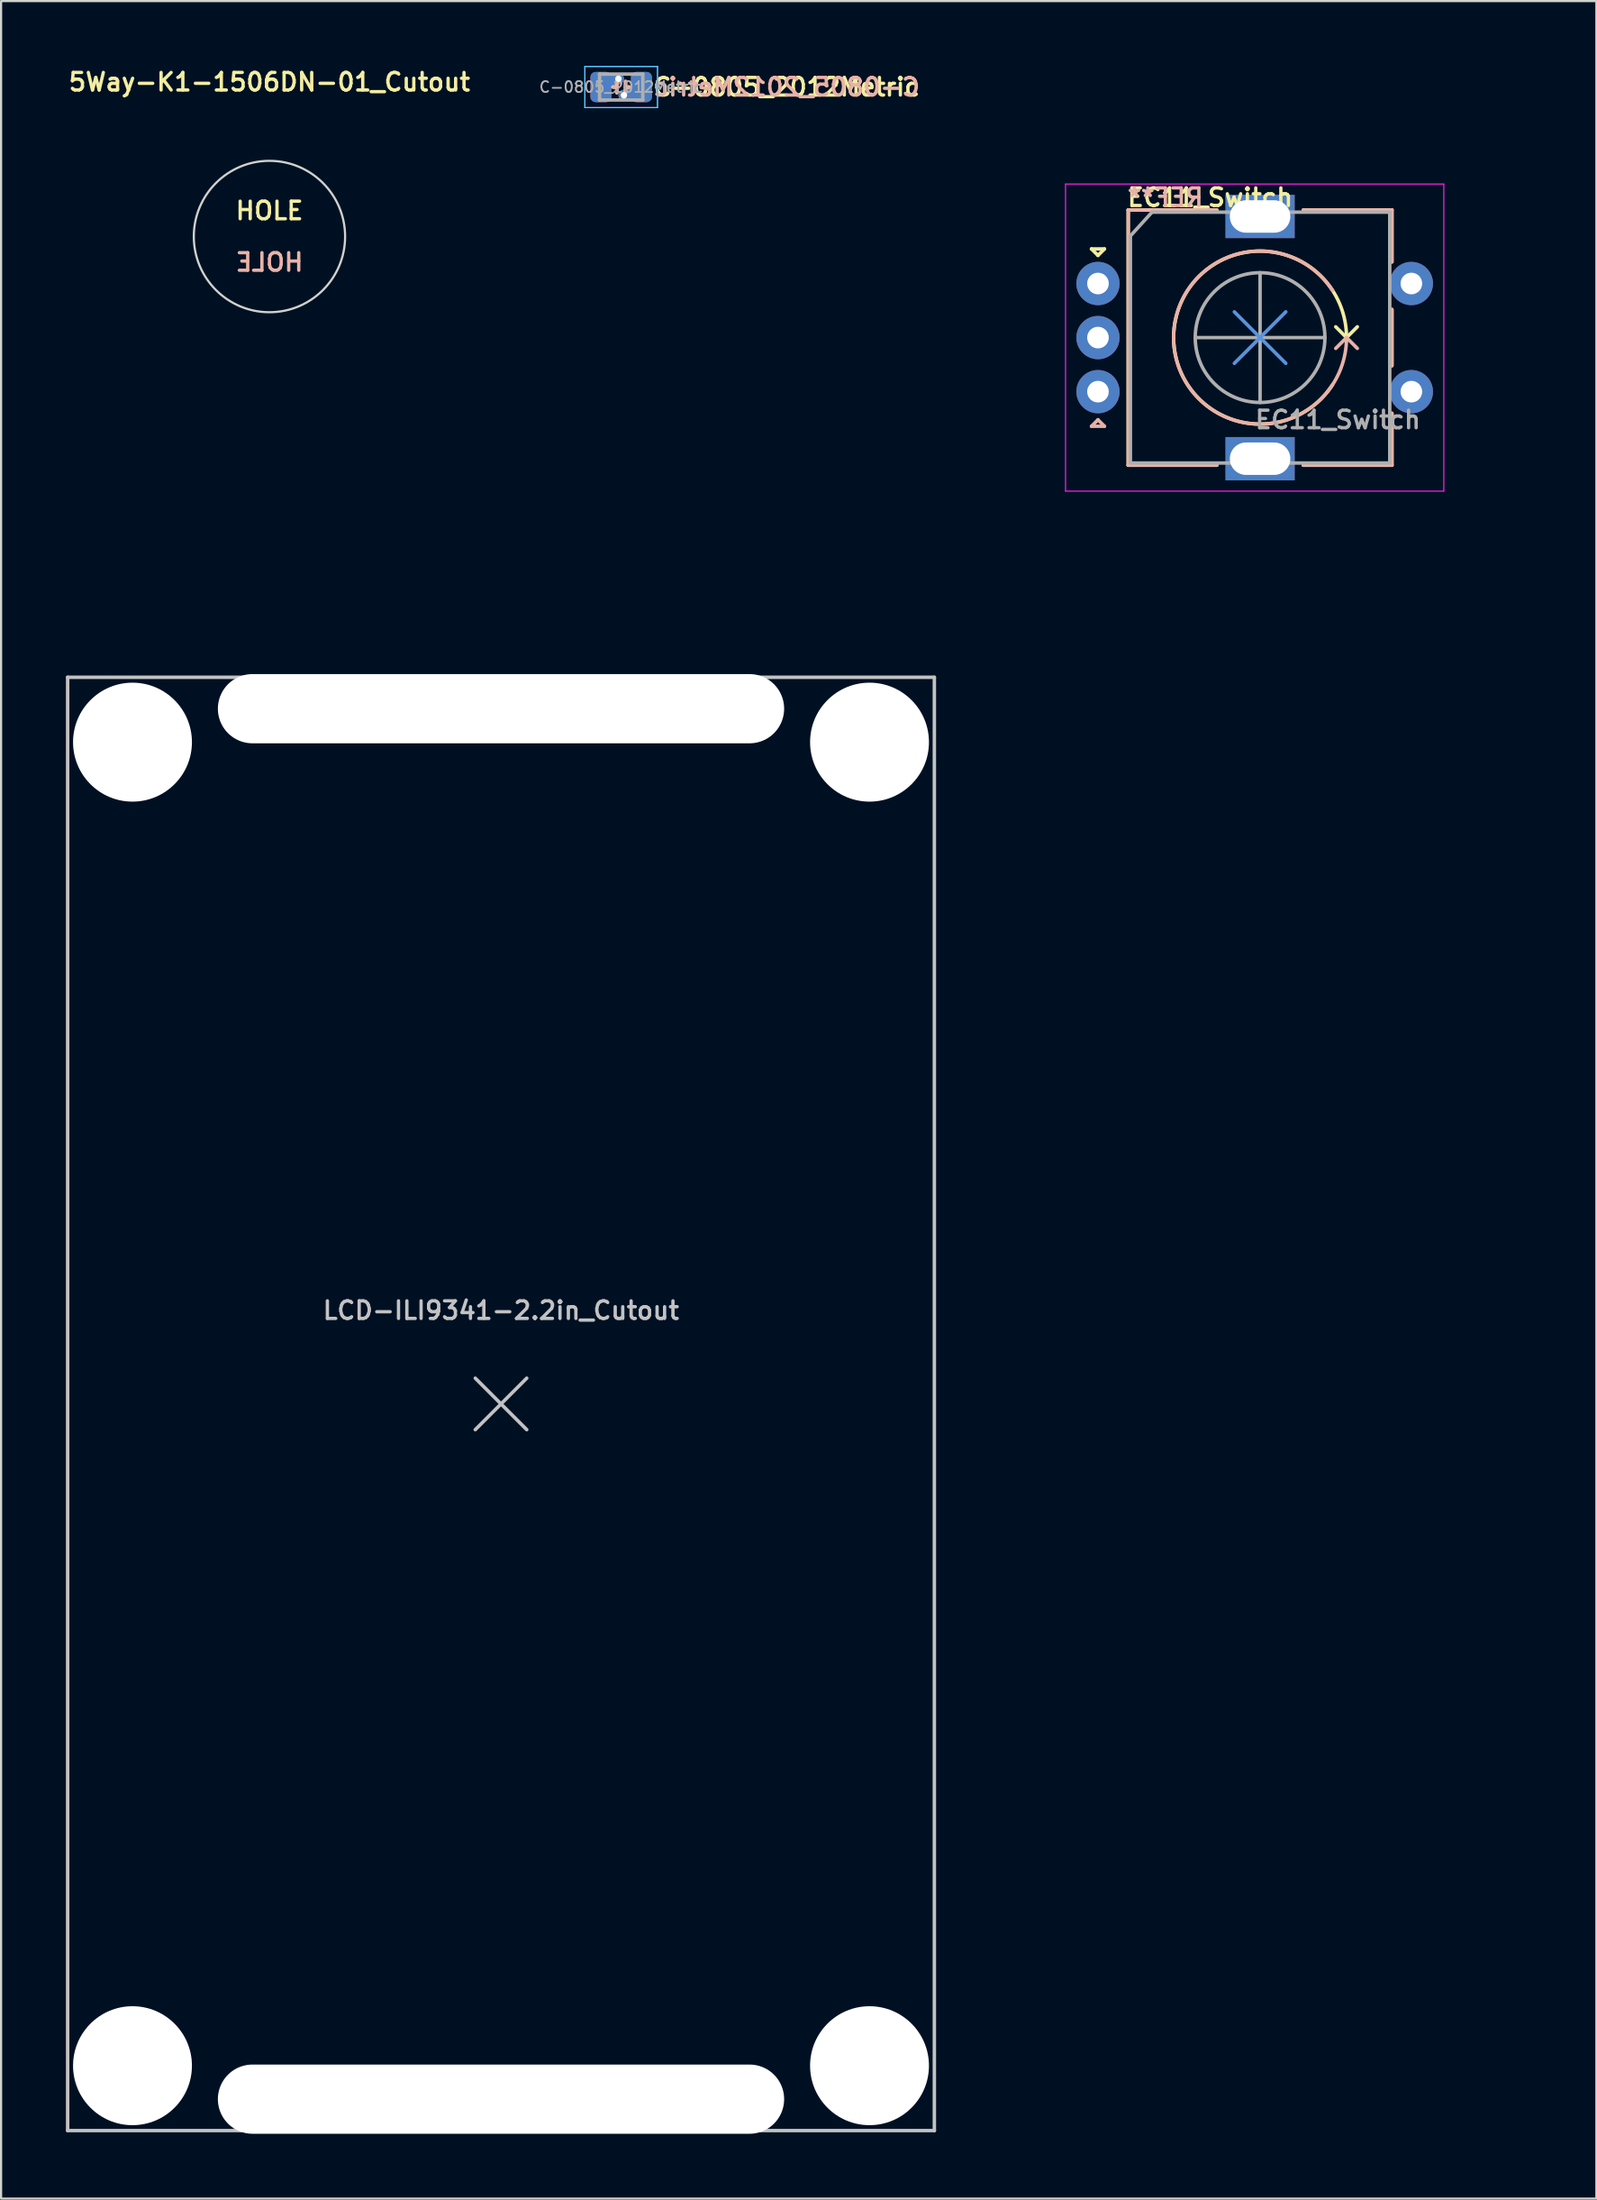
<source format=kicad_pcb>
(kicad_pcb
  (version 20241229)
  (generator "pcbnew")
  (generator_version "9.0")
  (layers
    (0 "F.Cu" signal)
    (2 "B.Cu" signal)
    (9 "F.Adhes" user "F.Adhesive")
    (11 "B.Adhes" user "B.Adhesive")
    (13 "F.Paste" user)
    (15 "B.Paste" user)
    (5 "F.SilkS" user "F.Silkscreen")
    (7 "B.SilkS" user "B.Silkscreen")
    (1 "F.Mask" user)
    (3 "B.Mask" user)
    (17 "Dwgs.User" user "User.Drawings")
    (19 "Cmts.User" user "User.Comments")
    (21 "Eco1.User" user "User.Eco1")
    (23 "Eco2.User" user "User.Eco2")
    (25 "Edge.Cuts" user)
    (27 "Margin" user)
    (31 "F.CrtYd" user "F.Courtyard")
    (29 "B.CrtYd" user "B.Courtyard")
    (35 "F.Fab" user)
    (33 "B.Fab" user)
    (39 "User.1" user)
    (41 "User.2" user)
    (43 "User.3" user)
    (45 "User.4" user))
  (footprint "C-0805_2012Metric"
    (layer "F.Cu")
    (at 25.69 0.975)
    (property "Reference" "C-0805_2012Metric" (at 1.397 0 0) (layer "F.SilkS") (effects (font (size 0.813 0.813) (thickness 0.152)) (justify left)))
    (attr smd)
    (fp_line (start -0.203 0) (end -0.381 0) (stroke (width 0.16) (type solid)) (layer "F.SilkS"))
    (fp_line (start -0.202 -0.259) (end -0.202 0.259) (stroke (width 0.16) (type solid)) (layer "F.SilkS"))
    (fp_line (start 0.202 -0.259) (end 0.202 0.259) (stroke (width 0.16) (type solid)) (layer "F.SilkS"))
    (fp_line (start 0.381 0) (end 0.203 0) (stroke (width 0.16) (type solid)) (layer "F.SilkS"))
    (fp_line (start -0.203 0) (end -0.381 0) (stroke (width 0.16) (type solid)) (layer "B.SilkS"))
    (fp_line (start -0.202 -0.259) (end -0.202 0.259) (stroke (width 0.16) (type solid)) (layer "B.SilkS"))
    (fp_line (start 0.202 -0.259) (end 0.202 0.259) (stroke (width 0.16) (type solid)) (layer "B.SilkS"))
    (fp_line (start 0.381 0) (end 0.203 0) (stroke (width 0.16) (type solid)) (layer "B.SilkS"))
    (fp_line (start -1.68 -0.95) (end 1.68 -0.95) (stroke (width 0.05) (type solid)) (layer "B.CrtYd"))
    (fp_line (start -1.68 0.95) (end -1.68 -0.95) (stroke (width 0.05) (type solid)) (layer "B.CrtYd"))
    (fp_line (start 1.68 -0.95) (end 1.68 0.95) (stroke (width 0.05) (type solid)) (layer "B.CrtYd"))
    (fp_line (start 1.68 0.95) (end -1.68 0.95) (stroke (width 0.05) (type solid)) (layer "B.CrtYd"))
    (fp_line (start -1.68 -0.95) (end 1.68 -0.95) (stroke (width 0.05) (type solid)) (layer "F.CrtYd"))
    (fp_line (start -1.68 0.95) (end -1.68 -0.95) (stroke (width 0.05) (type solid)) (layer "F.CrtYd"))
    (fp_line (start 1.68 -0.95) (end 1.68 0.95) (stroke (width 0.05) (type solid)) (layer "F.CrtYd"))
    (fp_line (start 1.68 0.95) (end -1.68 0.95) (stroke (width 0.05) (type solid)) (layer "F.CrtYd"))
    (fp_line (start -1 -0.6) (end 1 -0.6) (stroke (width 0.16) (type solid)) (layer "F.Fab"))
    (fp_line (start -1 0.6) (end -1 -0.6) (stroke (width 0.16) (type solid)) (layer "F.Fab"))
    (fp_line (start 1 -0.6) (end 1 0.6) (stroke (width 0.16) (type solid)) (layer "F.Fab"))
    (fp_line (start 1 0.6) (end -1 0.6) (stroke (width 0.16) (type solid)) (layer "F.Fab"))
    (fp_text user "${REFERENCE}" (at 1.397 0 0) (layer "B.SilkS") (effects (font (size 0.813 0.813) (thickness 0.152)) (justify right mirror)))
    (fp_text user "${REFERENCE}" (at 0 0 0) (layer "F.Fab") (effects (font (size 0.5 0.5) (thickness 0.08))))
    (pad "1" smd custom (at -0.938 0) (size 0.01 0.01) (layers "F.Cu") (options (anchor circle)) (primitives (gr_line (start 0.81 -0.381) (end -0.079 0) (width 0.5))))
    (pad "1" smd custom (at -0.938 0) (size 0.01 0.01) (layers "B.Cu") (options (anchor circle)) (primitives (gr_line (start 0.81 -0.381) (end -0.079 0) (width 0.5))))
    (pad "1" smd roundrect (at -0.938 0) (size 0.975 1.4) (layers "F.Cu" "F.Mask" "F.Paste") (roundrect_rratio 0.25))
    (pad "1" smd roundrect (at -0.938 0) (size 0.975 1.4) (layers "B.Cu" "B.Mask" "B.Paste") (roundrect_rratio 0.25))
    (pad "1" thru_hole circle (at -0.127 -0.381) (size 0.5 0.5) (drill 0.3) (layers "*.Cu"))
    (pad "2" thru_hole circle (at 0.127 0.381) (size 0.5 0.5) (drill 0.3) (layers "*.Cu"))
    (pad "2" smd custom (at 0.938 0) (size 0.01 0.01) (layers "F.Cu") (options (anchor circle)) (primitives (gr_line (start -0.81 0.381) (end 0.079 0) (width 0.5))))
    (pad "2" smd custom (at 0.938 0) (size 0.01 0.01) (layers "B.Cu") (options (anchor circle)) (primitives (gr_line (start -0.81 0.381) (end 0.079 0) (width 0.5))))
    (pad "2" smd roundrect (at 0.938 0) (size 0.975 1.4) (layers "F.Cu" "F.Mask" "F.Paste") (roundrect_rratio 0.25))
    (pad "2" smd roundrect (at 0.938 0) (size 0.975 1.4) (layers "B.Cu" "B.Mask" "B.Paste") (roundrect_rratio 0.25)))
  (footprint "EC11_Switch"
    (layer "F.Cu")
    (at 55.25 12.56)
    (property "Reference" "EC11_Switch" (at -6.223 -6.477 0) (layer "F.SilkS") (effects (font (size 0.813 0.813) (thickness 0.152)) (justify left)))
    (attr through_hole)
    (fp_line (start -7.8 -4.1) (end -7.2 -4.1) (stroke (width 0.16) (type solid)) (layer "F.SilkS"))
    (fp_line (start -7.5 -3.8) (end -7.8 -4.1) (stroke (width 0.16) (type solid)) (layer "F.SilkS"))
    (fp_line (start -7.2 -4.1) (end -7.5 -3.8) (stroke (width 0.16) (type solid)) (layer "F.SilkS"))
    (fp_line (start -6.1 -5.9) (end -6.1 5.9) (stroke (width 0.16) (type solid)) (layer "F.SilkS"))
    (fp_line (start -2 -5.9) (end -6.1 -5.9) (stroke (width 0.16) (type solid)) (layer "F.SilkS"))
    (fp_line (start -2 5.9) (end -6.1 5.9) (stroke (width 0.16) (type solid)) (layer "F.SilkS"))
    (fp_line (start 2 -5.9) (end 6.1 -5.9) (stroke (width 0.16) (type solid)) (layer "F.SilkS"))
    (fp_line (start 4 0) (end 3.5 -0.5) (stroke (width 0.16) (type solid)) (layer "F.SilkS"))
    (fp_line (start 4 0) (end 4.5 -0.5) (stroke (width 0.16) (type solid)) (layer "F.SilkS"))
    (fp_line (start 6.1 -5.9) (end 6.1 -3.5) (stroke (width 0.16) (type solid)) (layer "F.SilkS"))
    (fp_line (start 6.1 -1.3) (end 6.1 1.3) (stroke (width 0.16) (type solid)) (layer "F.SilkS"))
    (fp_line (start 6.1 3.5) (end 6.1 5.9) (stroke (width 0.16) (type solid)) (layer "F.SilkS"))
    (fp_line (start 6.1 5.9) (end 2 5.9) (stroke (width 0.16) (type solid)) (layer "F.SilkS"))
    (fp_arc (start 3.354682 2.178556) (mid -3.835279 -1.136061) (end 4 0) (stroke (width 0.16) (type solid)) (layer "F.SilkS"))
    (fp_line (start -7.8 4.1) (end -7.2 4.1) (stroke (width 0.16) (type solid)) (layer "B.SilkS"))
    (fp_line (start -7.5 3.8) (end -7.8 4.1) (stroke (width 0.16) (type solid)) (layer "B.SilkS"))
    (fp_line (start -7.2 4.1) (end -7.5 3.8) (stroke (width 0.16) (type solid)) (layer "B.SilkS"))
    (fp_line (start -6.1 5.9) (end -6.1 -5.9) (stroke (width 0.16) (type solid)) (layer "B.SilkS"))
    (fp_line (start -2 -5.9) (end -6.1 -5.9) (stroke (width 0.16) (type solid)) (layer "B.SilkS"))
    (fp_line (start -2 5.9) (end -6.1 5.9) (stroke (width 0.16) (type solid)) (layer "B.SilkS"))
    (fp_line (start 2 5.9) (end 6.1 5.9) (stroke (width 0.16) (type solid)) (layer "B.SilkS"))
    (fp_line (start 4 0) (end 3.5 0.5) (stroke (width 0.16) (type solid)) (layer "B.SilkS"))
    (fp_line (start 4 0) (end 4.5 0.5) (stroke (width 0.16) (type solid)) (layer "B.SilkS"))
    (fp_line (start 6.1 -5.9) (end 2 -5.9) (stroke (width 0.16) (type solid)) (layer "B.SilkS"))
    (fp_line (start 6.1 -3.5) (end 6.1 -5.9) (stroke (width 0.16) (type solid)) (layer "B.SilkS"))
    (fp_line (start 6.1 1.3) (end 6.1 -1.3) (stroke (width 0.16) (type solid)) (layer "B.SilkS"))
    (fp_line (start 6.1 5.9) (end 6.1 3.5) (stroke (width 0.16) (type solid)) (layer "B.SilkS"))
    (fp_arc (start 4 0) (mid -3.835279 1.136061) (end 3.354682 -2.178556) (stroke (width 0.16) (type solid)) (layer "B.SilkS"))
    (fp_line (start -1.191 -1.191) (end 1.191 1.191) (stroke (width 0.16) (type solid)) (layer "Cmts.User"))
    (fp_line (start -1.191 1.191) (end 1.191 -1.191) (stroke (width 0.16) (type solid)) (layer "Cmts.User"))
    (fp_circle (center 0 0) (end 12.5 0) (stroke (width 0.12) (type solid)) (fill no) (layer "Eco1.User"))
    (fp_line (start -9 -7.1) (end -9 7.1) (stroke (width 0.05) (type solid)) (layer "F.CrtYd"))
    (fp_line (start -9 -7.1) (end 8.5 -7.1) (stroke (width 0.05) (type solid)) (layer "F.CrtYd"))
    (fp_line (start 8.5 7.1) (end -9 7.1) (stroke (width 0.05) (type solid)) (layer "F.CrtYd"))
    (fp_line (start 8.5 7.1) (end 8.5 -7.1) (stroke (width 0.05) (type solid)) (layer "F.CrtYd"))
    (fp_line (start -6 -4.7) (end -5 -5.8) (stroke (width 0.16) (type solid)) (layer "F.Fab"))
    (fp_line (start -6 5.8) (end -6 -4.7) (stroke (width 0.16) (type solid)) (layer "F.Fab"))
    (fp_line (start -5 -5.8) (end 6 -5.8) (stroke (width 0.16) (type solid)) (layer "F.Fab"))
    (fp_line (start -3 0) (end 3 0) (stroke (width 0.16) (type solid)) (layer "F.Fab"))
    (fp_line (start 0 -3) (end 0 3) (stroke (width 0.16) (type solid)) (layer "F.Fab"))
    (fp_line (start 6 -5.8) (end 6 5.8) (stroke (width 0.16) (type solid)) (layer "F.Fab"))
    (fp_line (start 6 5.8) (end -6 5.8) (stroke (width 0.16) (type solid)) (layer "F.Fab"))
    (fp_circle (center 0 0) (end 3 0) (stroke (width 0.16) (type solid)) (fill no) (layer "F.Fab"))
    (fp_text user "REF**" (at -6.223 -6.477 180) (layer "B.SilkS") (effects (font (size 0.813 0.813) (thickness 0.152)) (justify right mirror)))
    (fp_text user "${REFERENCE}" (at 3.6 3.8 0) (layer "F.Fab") (effects (font (size 0.813 0.813) (thickness 0.152))))
    (pad "A" thru_hole circle (at -7.5 -2.5) (size 2 2) (drill 1) (layers "*.Cu" "*.Mask"))
    (pad "B" thru_hole circle (at -7.5 2.5) (size 2 2) (drill 1) (layers "*.Cu" "*.Mask"))
    (pad "C" thru_hole circle (at -7.5 0) (size 2 2) (drill 1) (layers "*.Cu" "*.Mask"))
    (pad "MP" thru_hole rect (at 0 -5.6) (size 3.2 2) (drill oval 2.8 1.5) (layers "*.Cu" "*.Mask"))
    (pad "MP" thru_hole rect (at 0 5.6) (size 3.2 2) (drill oval 2.8 1.5) (layers "*.Cu" "*.Mask"))
    (pad "S1" thru_hole circle (at 7 2.5) (size 2 2) (drill 1) (layers "*.Cu" "*.Mask"))
    (pad "S2" thru_hole circle (at 7 -2.5) (size 2 2) (drill 1) (layers "*.Cu" "*.Mask")))
  (footprint "LCD-ILI9341-2.2in_Cutout"
    (layer "F.Cu")
    (at 20.13 61.867)
    (property "Reference" "LCD-ILI9341-2.2in_Cutout" (at 0 -4.322 180) (layer "Dwgs.User") (effects (font (size 0.813 0.813) (thickness 0.152))))
    (attr through_hole)
    (fp_line (start -20.05 -33.6) (end -20.05 33.6) (stroke (width 0.16) (type solid)) (layer "Dwgs.User"))
    (fp_line (start -20.05 -33.6) (end 20.05 -33.6) (stroke (width 0.16) (type solid)) (layer "Dwgs.User"))
    (fp_line (start -20.05 33.6) (end 20.05 33.6) (stroke (width 0.16) (type solid)) (layer "Dwgs.User"))
    (fp_line (start -1.191 -1.191) (end 1.191 1.191) (stroke (width 0.16) (type solid)) (layer "Dwgs.User"))
    (fp_line (start 1.191 -1.191) (end -1.191 1.191) (stroke (width 0.16) (type solid)) (layer "Dwgs.User"))
    (fp_line (start 20.05 -33.6) (end 20.05 33.6) (stroke (width 0.16) (type solid)) (layer "Dwgs.User"))
    (fp_text user "HOLE" (at -2.381 -32.147 0) (layer "F.SilkS") (effects (font (size 0.813 0.813) (thickness 0.152))))
    (fp_text user "HOLE" (at -2.381 32.147 0) (layer "F.SilkS") (effects (font (size 0.813 0.813) (thickness 0.152))))
    (fp_text user "HOLE" (at 2.381 -32.147 0) (layer "B.SilkS") (effects (font (size 0.813 0.813) (thickness 0.152)) (justify mirror)))
    (fp_text user "HOLE" (at 2.381 32.147 0) (layer "B.SilkS") (effects (font (size 0.813 0.813) (thickness 0.152)) (justify mirror)))
    (pad "" np_thru_hole circle (at -17.05 -30.6) (size 5.5 5.5) (drill 5.5) (layers "*.Cu" "*.Mask"))
    (pad "" np_thru_hole circle (at -17.05 30.6) (size 5.5 5.5) (drill 5.5) (layers "*.Cu" "*.Mask"))
    (pad "" np_thru_hole oval (at 0 -32.147) (size 26.2 3.2) (drill oval 26.2 3.2) (layers "*.Cu" "*.Mask"))
    (pad "" np_thru_hole oval (at 0 32.147) (size 26.2 3.2) (drill oval 26.2 3.2) (layers "*.Cu" "*.Mask"))
    (pad "" np_thru_hole circle (at 17.05 -30.6) (size 5.5 5.5) (drill 5.5) (layers "*.Cu" "*.Mask"))
    (pad "" np_thru_hole circle (at 17.05 30.6 90) (size 5.5 5.5) (drill 5.5) (layers "*.Cu" "*.Mask")))
  (footprint "5Way-K1-1506DN-01_Cutout"
    (layer "F.Cu")
    (at 9.417 7.887)
    (property "Reference" "5Way-K1-1506DN-01_Cutout" (at 0 -7.144 0) (layer "F.SilkS") (effects (font (size 0.813 0.813) (thickness 0.152))))
    (attr through_hole)
    (fp_circle (center 0 0) (end 3.5 0) (stroke (width 0.1) (type solid)) (fill no) (layer "Edge.Cuts"))
    (fp_text user "HOLE" (at 0 -1.191 0) (layer "F.SilkS") (effects (font (size 0.813 0.813) (thickness 0.152))))
    (fp_text user "HOLE" (at 0 1.191 0) (layer "B.SilkS") (effects (font (size 0.813 0.813) (thickness 0.152)) (justify mirror))))
  (gr_rect
    (start -3 -3)
    (end 70.81 98.614)
    (stroke (width 0.1) (type default))
    (fill no)
    (layer "Edge.Cuts")))
</source>
